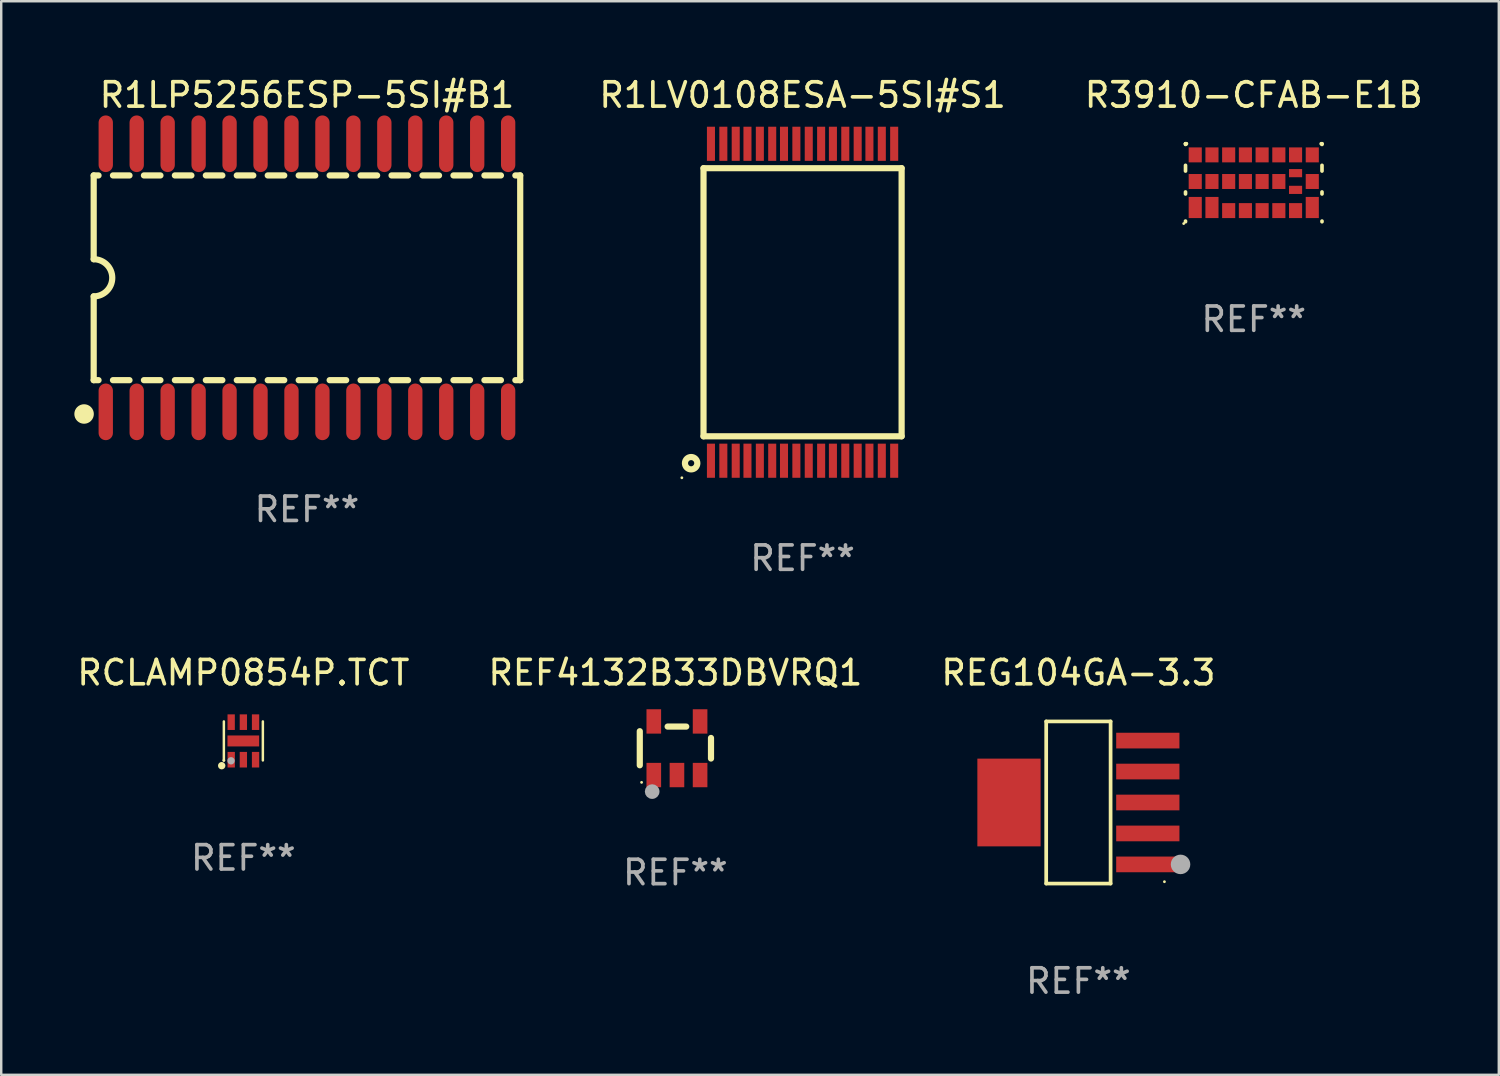
<source format=kicad_pcb>
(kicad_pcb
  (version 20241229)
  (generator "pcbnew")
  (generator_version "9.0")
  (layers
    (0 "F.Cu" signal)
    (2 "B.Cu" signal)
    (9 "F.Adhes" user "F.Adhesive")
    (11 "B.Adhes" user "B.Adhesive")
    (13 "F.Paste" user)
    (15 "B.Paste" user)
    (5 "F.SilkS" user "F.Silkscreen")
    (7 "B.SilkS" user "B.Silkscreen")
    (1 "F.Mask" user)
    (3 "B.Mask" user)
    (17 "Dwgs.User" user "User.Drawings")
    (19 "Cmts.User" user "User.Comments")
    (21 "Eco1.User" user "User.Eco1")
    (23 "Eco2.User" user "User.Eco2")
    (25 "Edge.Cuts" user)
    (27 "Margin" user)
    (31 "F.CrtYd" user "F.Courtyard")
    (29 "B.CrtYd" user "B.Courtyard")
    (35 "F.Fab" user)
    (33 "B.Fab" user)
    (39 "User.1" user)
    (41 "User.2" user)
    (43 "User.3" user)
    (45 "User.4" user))
  (footprint "RCLAMP0854P.TCT"
    (layer "F.Cu")
    (at 6.935 27.35)
    (property "Reference" "RCLAMP0854P.TCT" (at 0 -2.8 0) (layer "F.SilkS") (effects (font (size 1 1) (thickness 0.15))))
    (attr through_hole)
    (fp_line (start -0.8 0.8) (end -0.8 -0.8) (stroke (width 0.102) (type solid)) (layer "F.SilkS"))
    (fp_line (start 0.8 0.8) (end 0.8 -0.8) (stroke (width 0.102) (type solid)) (layer "F.SilkS"))
    (fp_circle (center -0.889 1.016) (end -0.813 1.016) (stroke (width 0.152) (type solid)) (fill no) (layer "F.SilkS"))
    (fp_circle (center -0.8 0.8) (end -0.77 0.8) (stroke (width 0.06) (type solid)) (fill no) (layer "F.SilkS"))
    (fp_circle (center -0.506 0.815) (end -0.43 0.815) (stroke (width 0.152) (type solid)) (fill no) (layer "F.Fab"))
    (fp_text user "REF**" (at 0 4.8 0) (layer "F.Fab") (effects (font (size 1 1) (thickness 0.15))))
    (pad "1" smd rect (at -0.498 0.77 180) (size 0.3 0.64) (layers "F.Cu" "F.Mask" "F.Paste"))
    (pad "2" smd rect (at -0.000025 0.77 180) (size 0.3 0.64) (layers "F.Cu" "F.Mask" "F.Paste"))
    (pad "3" smd rect (at 0.5 0.77 180) (size 0.3 0.64) (layers "F.Cu" "F.Mask" "F.Paste"))
    (pad "4" smd rect (at 0.5 -0.77 180) (size 0.3 0.64) (layers "F.Cu" "F.Mask" "F.Paste"))
    (pad "5" smd rect (at -0.000025 -0.77) (size 0.3 0.64) (layers "F.Cu" "F.Mask" "F.Paste"))
    (pad "6" smd rect (at -0.5 -0.77) (size 0.3 0.64) (layers "F.Cu" "F.Mask" "F.Paste"))
    (pad "7" smd rect (at -0.002 0.001 90) (size 0.45 1.3) (layers "F.Cu" "F.Mask" "F.Paste")))
  (footprint "R1LP5256ESP-5SI#B1"
    (layer "F.Cu")
    (at 9.544 8.348)
    (property "Reference" "R1LP5256ESP-5SI#B1" (at 0 -7.5 0) (layer "F.SilkS") (effects (font (size 1 1) (thickness 0.15))))
    (attr through_hole)
    (fp_line (start -8.75 -4.2) (end -8.75 -0.762) (stroke (width 0.254) (type solid)) (layer "F.SilkS"))
    (fp_line (start -8.75 4.2) (end -8.75 0.762) (stroke (width 0.254) (type solid)) (layer "F.SilkS"))
    (fp_line (start -8.551 -4.2) (end -8.75 -4.2) (stroke (width 0.254) (type solid)) (layer "F.SilkS"))
    (fp_line (start -8.551 4.2) (end -8.75 4.2) (stroke (width 0.254) (type solid)) (layer "F.SilkS"))
    (fp_line (start -7.281 -4.2) (end -7.959 -4.2) (stroke (width 0.254) (type solid)) (layer "F.SilkS"))
    (fp_line (start -7.281 4.2) (end -7.959 4.2) (stroke (width 0.254) (type solid)) (layer "F.SilkS"))
    (fp_line (start -6.011 -4.2) (end -6.689 -4.2) (stroke (width 0.254) (type solid)) (layer "F.SilkS"))
    (fp_line (start -6.011 4.2) (end -6.689 4.2) (stroke (width 0.254) (type solid)) (layer "F.SilkS"))
    (fp_line (start -4.741 -4.2) (end -5.419 -4.2) (stroke (width 0.254) (type solid)) (layer "F.SilkS"))
    (fp_line (start -4.741 4.2) (end -5.419 4.2) (stroke (width 0.254) (type solid)) (layer "F.SilkS"))
    (fp_line (start -3.471 -4.2) (end -4.149 -4.2) (stroke (width 0.254) (type solid)) (layer "F.SilkS"))
    (fp_line (start -3.471 4.2) (end -4.149 4.2) (stroke (width 0.254) (type solid)) (layer "F.SilkS"))
    (fp_line (start -2.201 -4.2) (end -2.879 -4.2) (stroke (width 0.254) (type solid)) (layer "F.SilkS"))
    (fp_line (start -2.201 4.2) (end -2.879 4.2) (stroke (width 0.254) (type solid)) (layer "F.SilkS"))
    (fp_line (start -0.931 -4.2) (end -1.609 -4.2) (stroke (width 0.254) (type solid)) (layer "F.SilkS"))
    (fp_line (start -0.931 4.2) (end -1.609 4.2) (stroke (width 0.254) (type solid)) (layer "F.SilkS"))
    (fp_line (start 0.339 -4.2) (end -0.339 -4.2) (stroke (width 0.254) (type solid)) (layer "F.SilkS"))
    (fp_line (start 0.339 4.2) (end -0.339 4.2) (stroke (width 0.254) (type solid)) (layer "F.SilkS"))
    (fp_line (start 1.609 -4.2) (end 0.931 -4.2) (stroke (width 0.254) (type solid)) (layer "F.SilkS"))
    (fp_line (start 1.609 4.2) (end 0.931 4.2) (stroke (width 0.254) (type solid)) (layer "F.SilkS"))
    (fp_line (start 2.879 -4.2) (end 2.201 -4.2) (stroke (width 0.254) (type solid)) (layer "F.SilkS"))
    (fp_line (start 2.879 4.2) (end 2.201 4.2) (stroke (width 0.254) (type solid)) (layer "F.SilkS"))
    (fp_line (start 4.149 -4.2) (end 3.471 -4.2) (stroke (width 0.254) (type solid)) (layer "F.SilkS"))
    (fp_line (start 4.149 4.2) (end 3.471 4.2) (stroke (width 0.254) (type solid)) (layer "F.SilkS"))
    (fp_line (start 5.419 -4.2) (end 4.741 -4.2) (stroke (width 0.254) (type solid)) (layer "F.SilkS"))
    (fp_line (start 5.419 4.2) (end 4.741 4.2) (stroke (width 0.254) (type solid)) (layer "F.SilkS"))
    (fp_line (start 6.689 -4.2) (end 6.011 -4.2) (stroke (width 0.254) (type solid)) (layer "F.SilkS"))
    (fp_line (start 6.689 4.2) (end 6.011 4.2) (stroke (width 0.254) (type solid)) (layer "F.SilkS"))
    (fp_line (start 7.959 -4.2) (end 7.281 -4.2) (stroke (width 0.254) (type solid)) (layer "F.SilkS"))
    (fp_line (start 7.959 4.2) (end 7.281 4.2) (stroke (width 0.254) (type solid)) (layer "F.SilkS"))
    (fp_line (start 8.75 -4.2) (end 8.551 -4.2) (stroke (width 0.254) (type solid)) (layer "F.SilkS"))
    (fp_line (start 8.75 -4.2) (end 8.75 4.2) (stroke (width 0.254) (type solid)) (layer "F.SilkS"))
    (fp_line (start 8.75 4.2) (end 8.551 4.2) (stroke (width 0.254) (type solid)) (layer "F.SilkS"))
    (fp_arc (start -8.750318 -0.762002) (mid -7.988316 -0.000152) (end -8.750013 0.762002) (stroke (width 0.254001) (type solid)) (layer "F.SilkS"))
    (fp_circle (center -9.144 5.588) (end -8.944 5.588) (stroke (width 0.4) (type solid)) (fill no) (layer "F.SilkS"))
    (fp_text user "REF**" (at 0 9.5 0) (layer "F.Fab") (effects (font (size 1 1) (thickness 0.15))))
    (pad "1" smd oval (at -8.255 5.5) (size 0.588 2.323) (layers "F.Cu" "F.Mask" "F.Paste"))
    (pad "2" smd oval (at -6.985 5.5) (size 0.588 2.323) (layers "F.Cu" "F.Mask" "F.Paste"))
    (pad "3" smd oval (at -5.715 5.5) (size 0.588 2.323) (layers "F.Cu" "F.Mask" "F.Paste"))
    (pad "4" smd oval (at -4.445 5.5) (size 0.588 2.323) (layers "F.Cu" "F.Mask" "F.Paste"))
    (pad "5" smd oval (at -3.175 5.5) (size 0.588 2.323) (layers "F.Cu" "F.Mask" "F.Paste"))
    (pad "6" smd oval (at -1.905 5.5) (size 0.588 2.323) (layers "F.Cu" "F.Mask" "F.Paste"))
    (pad "7" smd oval (at -0.635 5.5) (size 0.588 2.323) (layers "F.Cu" "F.Mask" "F.Paste"))
    (pad "8" smd oval (at 0.635 5.5) (size 0.588 2.323) (layers "F.Cu" "F.Mask" "F.Paste"))
    (pad "9" smd oval (at 1.905 5.5) (size 0.588 2.323) (layers "F.Cu" "F.Mask" "F.Paste"))
    (pad "10" smd oval (at 3.175 5.5) (size 0.588 2.323) (layers "F.Cu" "F.Mask" "F.Paste"))
    (pad "11" smd oval (at 4.445 5.5) (size 0.588 2.323) (layers "F.Cu" "F.Mask" "F.Paste"))
    (pad "12" smd oval (at 5.715 5.5) (size 0.588 2.323) (layers "F.Cu" "F.Mask" "F.Paste"))
    (pad "13" smd oval (at 6.985 5.5) (size 0.588 2.323) (layers "F.Cu" "F.Mask" "F.Paste"))
    (pad "14" smd oval (at 8.255 5.5) (size 0.588 2.323) (layers "F.Cu" "F.Mask" "F.Paste"))
    (pad "15" smd oval (at 8.255 -5.5) (size 0.588 2.323) (layers "F.Cu" "F.Mask" "F.Paste"))
    (pad "16" smd oval (at 6.985 -5.5) (size 0.588 2.323) (layers "F.Cu" "F.Mask" "F.Paste"))
    (pad "17" smd oval (at 5.715 -5.5) (size 0.588 2.323) (layers "F.Cu" "F.Mask" "F.Paste"))
    (pad "18" smd oval (at 4.445 -5.5) (size 0.588 2.323) (layers "F.Cu" "F.Mask" "F.Paste"))
    (pad "19" smd oval (at 3.175 -5.5) (size 0.588 2.323) (layers "F.Cu" "F.Mask" "F.Paste"))
    (pad "20" smd oval (at 1.905 -5.5) (size 0.588 2.323) (layers "F.Cu" "F.Mask" "F.Paste"))
    (pad "21" smd oval (at 0.635 -5.5) (size 0.588 2.323) (layers "F.Cu" "F.Mask" "F.Paste"))
    (pad "22" smd oval (at -0.635 -5.5) (size 0.588 2.323) (layers "F.Cu" "F.Mask" "F.Paste"))
    (pad "23" smd oval (at -1.905 -5.5) (size 0.588 2.323) (layers "F.Cu" "F.Mask" "F.Paste"))
    (pad "24" smd oval (at -3.175 -5.5) (size 0.588 2.323) (layers "F.Cu" "F.Mask" "F.Paste"))
    (pad "25" smd oval (at -4.445 -5.5) (size 0.588 2.323) (layers "F.Cu" "F.Mask" "F.Paste"))
    (pad "26" smd oval (at -5.715 -5.5) (size 0.588 2.323) (layers "F.Cu" "F.Mask" "F.Paste"))
    (pad "27" smd oval (at -6.985 -5.5) (size 0.588 2.323) (layers "F.Cu" "F.Mask" "F.Paste"))
    (pad "28" smd oval (at -8.255 -5.5) (size 0.588 2.323) (layers "F.Cu" "F.Mask" "F.Paste")))
  (footprint "R3910-CFAB-E1B"
    (layer "F.Cu")
    (at 48.391 4.448)
    (property "Reference" "R3910-CFAB-E1B" (at 0 -3.6 0) (layer "F.SilkS") (effects (font (size 1 1) (thickness 0.15))))
    (attr through_hole)
    (fp_line (start -2.8 -1.6) (end -2.766 -1.6) (stroke (width 0.15) (type solid)) (layer "F.SilkS"))
    (fp_line (start -2.8 -1.6) (end -2.766 -1.6) (stroke (width 0.15) (type solid)) (layer "F.SilkS"))
    (fp_line (start -2.8 -1.572) (end -2.8 -1.6) (stroke (width 0.15) (type solid)) (layer "F.SilkS"))
    (fp_line (start -2.8 -0.48) (end -2.8 -0.714) (stroke (width 0.15) (type solid)) (layer "F.SilkS"))
    (fp_line (start -2.8 0.46) (end -2.8 0.378) (stroke (width 0.15) (type solid)) (layer "F.SilkS"))
    (fp_line (start -2.8 1.6) (end -2.8 1.572) (stroke (width 0.15) (type solid)) (layer "F.SilkS"))
    (fp_line (start 2.766 -1.6) (end 2.8 -1.6) (stroke (width 0.15) (type solid)) (layer "F.SilkS"))
    (fp_line (start 2.8 -1.6) (end 2.8 -1.572) (stroke (width 0.15) (type solid)) (layer "F.SilkS"))
    (fp_line (start 2.8 -0.714) (end 2.8 -0.48) (stroke (width 0.15) (type solid)) (layer "F.SilkS"))
    (fp_line (start 2.8 0.378) (end 2.8 0.46) (stroke (width 0.15) (type solid)) (layer "F.SilkS"))
    (fp_line (start 2.8 1.572) (end 2.8 1.6) (stroke (width 0.15) (type solid)) (layer "F.SilkS"))
    (fp_circle (center -2.875 1.675) (end -2.845 1.675) (stroke (width 0.06) (type solid)) (fill no) (layer "F.SilkS"))
    (fp_text user "REF**" (at 0 5.6 0) (layer "F.Fab") (effects (font (size 1 1) (thickness 0.15))))
    (pad "1" smd rect (at -2.401 1.016) (size 0.538 0.868) (layers "F.Cu" "F.Mask" "F.Paste"))
    (pad "2" smd rect (at -1.715 1.016) (size 0.538 0.868) (layers "F.Cu" "F.Mask" "F.Paste"))
    (pad "3" smd rect (at -1.029 1.143) (size 0.538 0.614) (layers "F.Cu" "F.Mask" "F.Paste"))
    (pad "4" smd rect (at -0.343 1.143) (size 0.538 0.614) (layers "F.Cu" "F.Mask" "F.Paste"))
    (pad "5" smd rect (at 0.343 1.143) (size 0.538 0.614) (layers "F.Cu" "F.Mask" "F.Paste"))
    (pad "6" smd rect (at 1.029 1.143) (size 0.538 0.614) (layers "F.Cu" "F.Mask" "F.Paste"))
    (pad "7" smd rect (at 1.715 1.143) (size 0.538 0.614) (layers "F.Cu" "F.Mask" "F.Paste"))
    (pad "8" smd rect (at 2.401 1.016) (size 0.538 0.868) (layers "F.Cu" "F.Mask" "F.Paste"))
    (pad "9" smd rect (at 2.401 -0.051) (size 0.538 0.614) (layers "F.Cu" "F.Mask" "F.Paste"))
    (pad "10" smd rect (at 2.401 -1.143) (size 0.538 0.614) (layers "F.Cu" "F.Mask" "F.Paste"))
    (pad "11" smd rect (at 1.715 -1.143) (size 0.538 0.614) (layers "F.Cu" "F.Mask" "F.Paste"))
    (pad "12" smd rect (at 1.029 -1.143) (size 0.538 0.614) (layers "F.Cu" "F.Mask" "F.Paste"))
    (pad "13" smd rect (at 0.343 -1.143) (size 0.538 0.614) (layers "F.Cu" "F.Mask" "F.Paste"))
    (pad "14" smd rect (at -0.343 -1.143) (size 0.538 0.614) (layers "F.Cu" "F.Mask" "F.Paste"))
    (pad "15" smd rect (at -1.029 -1.143) (size 0.538 0.614) (layers "F.Cu" "F.Mask" "F.Paste"))
    (pad "16" smd rect (at -1.715 -1.143) (size 0.538 0.614) (layers "F.Cu" "F.Mask" "F.Paste"))
    (pad "17" smd rect (at -2.401 -1.143) (size 0.538 0.614) (layers "F.Cu" "F.Mask" "F.Paste"))
    (pad "18" smd rect (at -2.401 -0.051) (size 0.538 0.614) (layers "F.Cu" "F.Mask" "F.Paste"))
    (pad "19" smd rect (at -1.715 -0.051) (size 0.538 0.614) (layers "F.Cu" "F.Mask" "F.Paste"))
    (pad "20" smd rect (at -1.029 -0.051) (size 0.538 0.614) (layers "F.Cu" "F.Mask" "F.Paste"))
    (pad "21" smd rect (at -0.343 -0.051) (size 0.538 0.614) (layers "F.Cu" "F.Mask" "F.Paste"))
    (pad "22" smd rect (at 0.343 -0.051) (size 0.538 0.614) (layers "F.Cu" "F.Mask" "F.Paste"))
    (pad "23" smd rect (at 1.029 -0.051) (size 0.538 0.614) (layers "F.Cu" "F.Mask" "F.Paste"))
    (pad "24" smd rect (at 1.715 0.292) (size 0.538 0.335) (layers "F.Cu" "F.Mask" "F.Paste"))
    (pad "25" smd rect (at 1.715 -0.394) (size 0.538 0.335) (layers "F.Cu" "F.Mask" "F.Paste")))
  (footprint "REG104GA-3.3"
    (layer "F.Cu")
    (at 41.196 29.876)
    (property "Reference" "REG104GA-3.3" (at 0 -5.326 0) (layer "F.SilkS") (effects (font (size 1 1) (thickness 0.15))))
    (attr through_hole)
    (fp_line (start -1.321 -3.326) (end 1.321 -3.326) (stroke (width 0.152) (type solid)) (layer "F.SilkS"))
    (fp_line (start -1.321 3.326) (end -1.321 -3.326) (stroke (width 0.152) (type solid)) (layer "F.SilkS"))
    (fp_line (start 1.321 -3.326) (end 1.321 3.326) (stroke (width 0.152) (type solid)) (layer "F.SilkS"))
    (fp_line (start 1.321 3.326) (end -1.321 3.326) (stroke (width 0.152) (type solid)) (layer "F.SilkS"))
    (fp_circle (center 3.53 3.25) (end 3.56 3.25) (stroke (width 0.06) (type solid)) (fill no) (layer "F.SilkS"))
    (fp_circle (center 4.191 2.54) (end 4.391 2.54) (stroke (width 0.4) (type solid)) (fill no) (layer "F.Fab"))
    (fp_text user "REF**" (at 0 7.326 0) (layer "F.Fab") (effects (font (size 1 1) (thickness 0.15))))
    (pad "1" smd rect (at 2.848 2.54) (size 2.595 0.644) (layers "F.Cu" "F.Mask" "F.Paste"))
    (pad "2" smd rect (at 2.848 1.27) (size 2.595 0.644) (layers "F.Cu" "F.Mask" "F.Paste"))
    (pad "3" smd rect (at 2.848 0) (size 2.595 0.644) (layers "F.Cu" "F.Mask" "F.Paste"))
    (pad "4" smd rect (at 2.848 -1.27) (size 2.595 0.644) (layers "F.Cu" "F.Mask" "F.Paste"))
    (pad "5" smd rect (at 2.848 -2.54) (size 2.595 0.644) (layers "F.Cu" "F.Mask" "F.Paste"))
    (pad "6" smd rect (at -2.848 0) (size 2.595 3.6) (layers "F.Cu" "F.Mask" "F.Paste")))
  (footprint "R1LV0108ESA-5SI#S1"
    (layer "F.Cu")
    (at 29.879 9.351)
    (property "Reference" "R1LV0108ESA-5SI#S1" (at 0 -8.502 0) (layer "F.SilkS") (effects (font (size 1 1) (thickness 0.15))))
    (attr through_hole)
    (fp_line (start -4.064 -5.5) (end 4.064 -5.5) (stroke (width 0.254) (type solid)) (layer "F.SilkS"))
    (fp_line (start -4.064 5.5) (end -4.064 -5.5) (stroke (width 0.254) (type solid)) (layer "F.SilkS"))
    (fp_line (start -4.064 5.5) (end 4.064 5.5) (stroke (width 0.254) (type solid)) (layer "F.SilkS"))
    (fp_line (start 4.064 -5.5) (end 4.064 5.5) (stroke (width 0.254) (type solid)) (layer "F.SilkS"))
    (fp_circle (center -4.953 7.202) (end -4.923 7.202) (stroke (width 0.06) (type solid)) (fill no) (layer "F.SilkS"))
    (fp_circle (center -4.572 6.604) (end -4.318 6.604) (stroke (width 0.254) (type solid)) (fill no) (layer "F.SilkS"))
    (fp_text user "REF**" (at 0 10.502 0) (layer "F.Fab") (effects (font (size 1 1) (thickness 0.15))))
    (pad "1" smd rect (at -3.759 6.502 180) (size 0.33 1.4) (layers "F.Cu" "F.Mask" "F.Paste"))
    (pad "2" smd rect (at -3.251 6.502 180) (size 0.33 1.4) (layers "F.Cu" "F.Mask" "F.Paste"))
    (pad "3" smd rect (at -2.743 6.502 180) (size 0.33 1.4) (layers "F.Cu" "F.Mask" "F.Paste"))
    (pad "4" smd rect (at -2.261 6.502 180) (size 0.33 1.4) (layers "F.Cu" "F.Mask" "F.Paste"))
    (pad "5" smd rect (at -1.753 6.502 180) (size 0.33 1.4) (layers "F.Cu" "F.Mask" "F.Paste"))
    (pad "6" smd rect (at -1.245 6.502 180) (size 0.33 1.4) (layers "F.Cu" "F.Mask" "F.Paste"))
    (pad "7" smd rect (at -0.762 6.502 180) (size 0.33 1.4) (layers "F.Cu" "F.Mask" "F.Paste"))
    (pad "8" smd rect (at -0.254 6.502 180) (size 0.33 1.4) (layers "F.Cu" "F.Mask" "F.Paste"))
    (pad "9" smd rect (at 0.254 6.502 180) (size 0.33 1.4) (layers "F.Cu" "F.Mask" "F.Paste"))
    (pad "10" smd rect (at 0.762 6.502 180) (size 0.33 1.4) (layers "F.Cu" "F.Mask" "F.Paste"))
    (pad "11" smd rect (at 1.245 6.502 180) (size 0.33 1.4) (layers "F.Cu" "F.Mask" "F.Paste"))
    (pad "12" smd rect (at 1.753 6.502 180) (size 0.33 1.4) (layers "F.Cu" "F.Mask" "F.Paste"))
    (pad "13" smd rect (at 2.261 6.502 180) (size 0.33 1.4) (layers "F.Cu" "F.Mask" "F.Paste"))
    (pad "14" smd rect (at 2.743 6.502 180) (size 0.33 1.4) (layers "F.Cu" "F.Mask" "F.Paste"))
    (pad "15" smd rect (at 3.251 6.502 180) (size 0.33 1.4) (layers "F.Cu" "F.Mask" "F.Paste"))
    (pad "16" smd rect (at 3.759 6.502 180) (size 0.33 1.4) (layers "F.Cu" "F.Mask" "F.Paste"))
    (pad "17" smd rect (at 3.759 -6.502) (size 0.33 1.4) (layers "F.Cu" "F.Mask" "F.Paste"))
    (pad "18" smd rect (at 3.251 -6.502) (size 0.33 1.4) (layers "F.Cu" "F.Mask" "F.Paste"))
    (pad "19" smd rect (at 2.743 -6.502) (size 0.33 1.4) (layers "F.Cu" "F.Mask" "F.Paste"))
    (pad "20" smd rect (at 2.261 -6.502) (size 0.33 1.4) (layers "F.Cu" "F.Mask" "F.Paste"))
    (pad "21" smd rect (at 1.753 -6.502) (size 0.33 1.4) (layers "F.Cu" "F.Mask" "F.Paste"))
    (pad "22" smd rect (at 1.245 -6.502) (size 0.33 1.4) (layers "F.Cu" "F.Mask" "F.Paste"))
    (pad "23" smd rect (at 0.762 -6.502) (size 0.33 1.4) (layers "F.Cu" "F.Mask" "F.Paste"))
    (pad "24" smd rect (at 0.254 -6.502) (size 0.33 1.4) (layers "F.Cu" "F.Mask" "F.Paste"))
    (pad "25" smd rect (at -0.254 -6.502) (size 0.33 1.4) (layers "F.Cu" "F.Mask" "F.Paste"))
    (pad "26" smd rect (at -0.762 -6.502) (size 0.33 1.4) (layers "F.Cu" "F.Mask" "F.Paste"))
    (pad "27" smd rect (at -1.245 -6.502) (size 0.33 1.4) (layers "F.Cu" "F.Mask" "F.Paste"))
    (pad "28" smd rect (at -1.753 -6.502) (size 0.33 1.4) (layers "F.Cu" "F.Mask" "F.Paste"))
    (pad "29" smd rect (at -2.261 -6.502) (size 0.33 1.4) (layers "F.Cu" "F.Mask" "F.Paste"))
    (pad "30" smd rect (at -2.743 -6.502) (size 0.33 1.4) (layers "F.Cu" "F.Mask" "F.Paste"))
    (pad "31" smd rect (at -3.251 -6.502) (size 0.33 1.4) (layers "F.Cu" "F.Mask" "F.Paste"))
    (pad "32" smd rect (at -3.759 -6.502) (size 0.33 1.4) (layers "F.Cu" "F.Mask" "F.Paste")))
  (footprint "REF4132B33DBVRQ1"
    (layer "F.Cu")
    (at 24.661 27.65)
    (property "Reference" "REF4132B33DBVRQ1" (at 0 -3.1 0) (layer "F.SilkS") (effects (font (size 1 1) (thickness 0.15))))
    (attr through_hole)
    (fp_line (start -1.461 -0.699) (end -1.461 0.699) (stroke (width 0.254) (type solid)) (layer "F.SilkS"))
    (fp_line (start -0.318 -0.889) (end 0.445 -0.889) (stroke (width 0.254) (type solid)) (layer "F.SilkS"))
    (fp_line (start 1.461 -0.422) (end 1.461 0.422) (stroke (width 0.254) (type solid)) (layer "F.SilkS"))
    (fp_circle (center -1.387 1.4) (end -1.357 1.4) (stroke (width 0.06) (type solid)) (fill no) (layer "F.SilkS"))
    (fp_circle (center -0.953 1.778) (end -0.802 1.778) (stroke (width 0.3) (type solid)) (fill no) (layer "F.Fab"))
    (fp_text user "REF**" (at 0 5.1 0) (layer "F.Fab") (effects (font (size 1 1) (thickness 0.15))))
    (pad "1" smd rect (at -0.886 1.1) (size 0.6 1) (layers "F.Cu" "F.Mask" "F.Paste"))
    (pad "2" smd rect (at 0.064 1.1) (size 0.6 1) (layers "F.Cu" "F.Mask" "F.Paste"))
    (pad "3" smd rect (at 1.013 1.1) (size 0.6 1) (layers "F.Cu" "F.Mask" "F.Paste"))
    (pad "4" smd rect (at 1.013 -1.1) (size 0.6 1) (layers "F.Cu" "F.Mask" "F.Paste"))
    (pad "5" smd rect (at -0.886 -1.1) (size 0.6 1) (layers "F.Cu" "F.Mask" "F.Paste")))
  (gr_rect
    (start -3 -3)
    (end 58.445 41.05)
    (stroke (width 0.1) (type default))
    (fill no)
    (layer "Edge.Cuts")))
</source>
